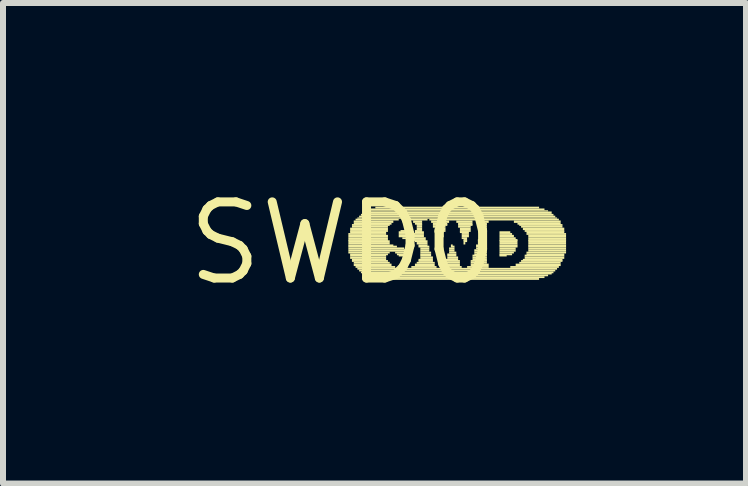
<source format=kicad_pcb>
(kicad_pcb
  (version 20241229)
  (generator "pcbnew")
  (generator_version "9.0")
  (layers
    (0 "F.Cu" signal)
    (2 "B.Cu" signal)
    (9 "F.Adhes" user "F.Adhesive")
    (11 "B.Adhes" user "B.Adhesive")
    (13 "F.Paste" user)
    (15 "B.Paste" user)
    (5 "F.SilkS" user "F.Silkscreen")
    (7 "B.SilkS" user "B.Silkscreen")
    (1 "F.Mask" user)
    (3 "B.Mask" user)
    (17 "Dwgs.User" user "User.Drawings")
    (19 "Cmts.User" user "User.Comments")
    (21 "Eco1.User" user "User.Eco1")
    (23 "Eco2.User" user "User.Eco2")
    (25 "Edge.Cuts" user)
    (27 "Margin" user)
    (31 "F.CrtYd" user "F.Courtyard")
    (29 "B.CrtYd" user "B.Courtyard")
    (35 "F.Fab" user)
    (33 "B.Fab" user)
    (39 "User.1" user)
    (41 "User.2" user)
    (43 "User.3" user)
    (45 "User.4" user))
  (footprint "SWD0"
    (layer "F.Cu")
    (at 2.668 1.006)
    (property "Reference" "SWD0" (at 0 0 0) (layer "F.SilkS") (effects (font (size 1.27 1.27) (thickness 0.15))))
    (fp_poly (pts (xy 0.09 -0.14) (xy 0.72 -0.14) (xy 0.72 -0.17) (xy 0.09 -0.17)) (stroke (width 0) (type solid)) (fill yes) (layer "F.SilkS"))
    (fp_poly (pts (xy 0.09 -0.1) (xy 0.75 -0.1) (xy 0.75 -0.14) (xy 0.09 -0.14)) (stroke (width 0) (type solid)) (fill yes) (layer "F.SilkS"))
    (fp_poly (pts (xy 0.09 -0.07) (xy 0.75 -0.07) (xy 0.75 -0.1) (xy 0.09 -0.1)) (stroke (width 0) (type solid)) (fill yes) (layer "F.SilkS"))
    (fp_poly (pts (xy 0.09 -0.04) (xy 0.75 -0.04) (xy 0.75 -0.07) (xy 0.09 -0.07)) (stroke (width 0) (type solid)) (fill yes) (layer "F.SilkS"))
    (fp_poly (pts (xy 0.09 -0.02) (xy 0.78 -0.02) (xy 0.78 -0.05) (xy 0.09 -0.05)) (stroke (width 0) (type solid)) (fill yes) (layer "F.SilkS"))
    (fp_poly (pts (xy 0.09 0.02) (xy 0.78 0.02) (xy 0.78 -0.02) (xy 0.09 -0.02)) (stroke (width 0) (type solid)) (fill yes) (layer "F.SilkS"))
    (fp_poly (pts (xy 0.09 0.05) (xy 0.84 0.05) (xy 0.84 0.02) (xy 0.09 0.02)) (stroke (width 0) (type solid)) (fill yes) (layer "F.SilkS"))
    (fp_poly (pts (xy 0.09 0.07) (xy 0.9 0.07) (xy 0.9 0.04) (xy 0.09 0.04)) (stroke (width 0) (type solid)) (fill yes) (layer "F.SilkS"))
    (fp_poly (pts (xy 0.09 0.1) (xy 1.02 0.1) (xy 1.02 0.07) (xy 0.09 0.07)) (stroke (width 0) (type solid)) (fill yes) (layer "F.SilkS"))
    (fp_poly (pts (xy 0.09 0.14) (xy 1.08 0.14) (xy 1.08 0.1) (xy 0.09 0.1)) (stroke (width 0) (type solid)) (fill yes) (layer "F.SilkS"))
    (fp_poly (pts (xy 0.09 0.17) (xy 0.78 0.17) (xy 0.78 0.14) (xy 0.09 0.14)) (stroke (width 0) (type solid)) (fill yes) (layer "F.SilkS"))
    (fp_poly (pts (xy 0.12 -0.22) (xy 0.75 -0.22) (xy 0.75 -0.26) (xy 0.12 -0.26)) (stroke (width 0) (type solid)) (fill yes) (layer "F.SilkS"))
    (fp_poly (pts (xy 0.12 -0.19) (xy 0.75 -0.19) (xy 0.75 -0.22) (xy 0.12 -0.22)) (stroke (width 0) (type solid)) (fill yes) (layer "F.SilkS"))
    (fp_poly (pts (xy 0.12 -0.17) (xy 0.72 -0.17) (xy 0.72 -0.2) (xy 0.12 -0.2)) (stroke (width 0) (type solid)) (fill yes) (layer "F.SilkS"))
    (fp_poly (pts (xy 0.12 0.2) (xy 0.75 0.2) (xy 0.75 0.17) (xy 0.12 0.17)) (stroke (width 0) (type solid)) (fill yes) (layer "F.SilkS"))
    (fp_poly (pts (xy 0.12 0.22) (xy 0.72 0.22) (xy 0.72 0.19) (xy 0.12 0.19)) (stroke (width 0) (type solid)) (fill yes) (layer "F.SilkS"))
    (fp_poly (pts (xy 0.12 0.26) (xy 0.72 0.26) (xy 0.72 0.22) (xy 0.12 0.22)) (stroke (width 0) (type solid)) (fill yes) (layer "F.SilkS"))
    (fp_poly (pts (xy 0.15 -0.29) (xy 0.78 -0.29) (xy 0.78 -0.32) (xy 0.15 -0.32)) (stroke (width 0) (type solid)) (fill yes) (layer "F.SilkS"))
    (fp_poly (pts (xy 0.15 -0.26) (xy 0.75 -0.26) (xy 0.75 -0.29) (xy 0.15 -0.29)) (stroke (width 0) (type solid)) (fill yes) (layer "F.SilkS"))
    (fp_poly (pts (xy 0.15 0.29) (xy 0.72 0.29) (xy 0.72 0.26) (xy 0.15 0.26)) (stroke (width 0) (type solid)) (fill yes) (layer "F.SilkS"))
    (fp_poly (pts (xy 0.15 0.31) (xy 0.75 0.31) (xy 0.75 0.28) (xy 0.15 0.28)) (stroke (width 0) (type solid)) (fill yes) (layer "F.SilkS"))
    (fp_poly (pts (xy 0.18 -0.34) (xy 0.84 -0.34) (xy 0.84 -0.38) (xy 0.18 -0.38)) (stroke (width 0) (type solid)) (fill yes) (layer "F.SilkS"))
    (fp_poly (pts (xy 0.18 -0.31) (xy 0.81 -0.31) (xy 0.81 -0.34) (xy 0.18 -0.34)) (stroke (width 0) (type solid)) (fill yes) (layer "F.SilkS"))
    (fp_poly (pts (xy 0.18 0.34) (xy 0.78 0.34) (xy 0.78 0.31) (xy 0.18 0.31)) (stroke (width 0) (type solid)) (fill yes) (layer "F.SilkS"))
    (fp_poly (pts (xy 0.18 0.38) (xy 0.81 0.38) (xy 0.81 0.34) (xy 0.18 0.34)) (stroke (width 0) (type solid)) (fill yes) (layer "F.SilkS"))
    (fp_poly (pts (xy 0.21 -0.38) (xy 0.93 -0.38) (xy 0.93 -0.41) (xy 0.21 -0.41)) (stroke (width 0) (type solid)) (fill yes) (layer "F.SilkS"))
    (fp_poly (pts (xy 0.21 0.41) (xy 0.87 0.41) (xy 0.87 0.38) (xy 0.21 0.38)) (stroke (width 0) (type solid)) (fill yes) (layer "F.SilkS"))
    (fp_poly (pts (xy 0.24 -0.41) (xy 3.57 -0.41) (xy 3.57 -0.43) (xy 0.24 -0.43)) (stroke (width 0) (type solid)) (fill yes) (layer "F.SilkS"))
    (fp_poly (pts (xy 0.24 0.44) (xy 3.57 0.44) (xy 3.57 0.41) (xy 0.24 0.41)) (stroke (width 0) (type solid)) (fill yes) (layer "F.SilkS"))
    (fp_poly (pts (xy 0.27 -0.43) (xy 3.54 -0.43) (xy 3.54 -0.46) (xy 0.27 -0.46)) (stroke (width 0) (type solid)) (fill yes) (layer "F.SilkS"))
    (fp_poly (pts (xy 0.27 0.47) (xy 3.54 0.47) (xy 3.54 0.44) (xy 0.27 0.44)) (stroke (width 0) (type solid)) (fill yes) (layer "F.SilkS"))
    (fp_poly (pts (xy 0.3 -0.46) (xy 3.51 -0.46) (xy 3.51 -0.49) (xy 0.3 -0.49)) (stroke (width 0) (type solid)) (fill yes) (layer "F.SilkS"))
    (fp_poly (pts (xy 0.3 0.5) (xy 3.51 0.5) (xy 3.51 0.47) (xy 0.3 0.47)) (stroke (width 0) (type solid)) (fill yes) (layer "F.SilkS"))
    (fp_poly (pts (xy 0.33 -0.49) (xy 3.48 -0.49) (xy 3.48 -0.53) (xy 0.33 -0.53)) (stroke (width 0) (type solid)) (fill yes) (layer "F.SilkS"))
    (fp_poly (pts (xy 0.33 0.52) (xy 3.48 0.52) (xy 3.48 0.49) (xy 0.33 0.49)) (stroke (width 0) (type solid)) (fill yes) (layer "F.SilkS"))
    (fp_poly (pts (xy 0.39 -0.53) (xy 3.42 -0.53) (xy 3.42 -0.55) (xy 0.39 -0.55)) (stroke (width 0) (type solid)) (fill yes) (layer "F.SilkS"))
    (fp_poly (pts (xy 0.39 0.55) (xy 3.42 0.55) (xy 3.42 0.52) (xy 0.39 0.52)) (stroke (width 0) (type solid)) (fill yes) (layer "F.SilkS"))
    (fp_poly (pts (xy 0.45 -0.55) (xy 3.36 -0.55) (xy 3.36 -0.58) (xy 0.45 -0.58)) (stroke (width 0) (type solid)) (fill yes) (layer "F.SilkS"))
    (fp_poly (pts (xy 0.45 0.58) (xy 3.36 0.58) (xy 3.36 0.55) (xy 0.45 0.55)) (stroke (width 0) (type solid)) (fill yes) (layer "F.SilkS"))
    (fp_poly (pts (xy 0.54 -0.58) (xy 3.27 -0.58) (xy 3.27 -0.61) (xy 0.54 -0.61)) (stroke (width 0) (type solid)) (fill yes) (layer "F.SilkS"))
    (fp_poly (pts (xy 0.54 0.61) (xy 3.27 0.61) (xy 3.27 0.58) (xy 0.54 0.58)) (stroke (width 0) (type solid)) (fill yes) (layer "F.SilkS"))
    (fp_poly (pts (xy 0.87 0.17) (xy 1.11 0.17) (xy 1.11 0.14) (xy 0.87 0.14)) (stroke (width 0) (type solid)) (fill yes) (layer "F.SilkS"))
    (fp_poly (pts (xy 0.9 0.2) (xy 1.11 0.2) (xy 1.11 0.17) (xy 0.9 0.17)) (stroke (width 0) (type solid)) (fill yes) (layer "F.SilkS"))
    (fp_poly (pts (xy 0.93 -0.17) (xy 1.11 -0.17) (xy 1.11 -0.2) (xy 0.93 -0.2)) (stroke (width 0) (type solid)) (fill yes) (layer "F.SilkS"))
    (fp_poly (pts (xy 0.93 -0.14) (xy 1.35 -0.14) (xy 1.35 -0.17) (xy 0.93 -0.17)) (stroke (width 0) (type solid)) (fill yes) (layer "F.SilkS"))
    (fp_poly (pts (xy 0.93 -0.1) (xy 1.35 -0.1) (xy 1.35 -0.14) (xy 0.93 -0.14)) (stroke (width 0) (type solid)) (fill yes) (layer "F.SilkS"))
    (fp_poly (pts (xy 0.93 0.22) (xy 1.08 0.22) (xy 1.08 0.19) (xy 0.93 0.19)) (stroke (width 0) (type solid)) (fill yes) (layer "F.SilkS"))
    (fp_poly (pts (xy 0.96 -0.19) (xy 1.05 -0.19) (xy 1.05 -0.22) (xy 0.96 -0.22)) (stroke (width 0) (type solid)) (fill yes) (layer "F.SilkS"))
    (fp_poly (pts (xy 0.99 -0.07) (xy 1.38 -0.07) (xy 1.38 -0.1) (xy 0.99 -0.1)) (stroke (width 0) (type solid)) (fill yes) (layer "F.SilkS"))
    (fp_poly (pts (xy 1.08 -0.38) (xy 1.41 -0.38) (xy 1.41 -0.41) (xy 1.08 -0.41)) (stroke (width 0) (type solid)) (fill yes) (layer "F.SilkS"))
    (fp_poly (pts (xy 1.11 -0.04) (xy 1.38 -0.04) (xy 1.38 -0.07) (xy 1.11 -0.07)) (stroke (width 0) (type solid)) (fill yes) (layer "F.SilkS"))
    (fp_poly (pts (xy 1.14 0.41) (xy 1.56 0.41) (xy 1.56 0.38) (xy 1.14 0.38)) (stroke (width 0) (type solid)) (fill yes) (layer "F.SilkS"))
    (fp_poly (pts (xy 1.17 -0.34) (xy 1.32 -0.34) (xy 1.32 -0.38) (xy 1.17 -0.38)) (stroke (width 0) (type solid)) (fill yes) (layer "F.SilkS"))
    (fp_poly (pts (xy 1.2 -0.31) (xy 1.32 -0.31) (xy 1.32 -0.34) (xy 1.2 -0.34)) (stroke (width 0) (type solid)) (fill yes) (layer "F.SilkS"))
    (fp_poly (pts (xy 1.2 -0.19) (xy 1.32 -0.19) (xy 1.32 -0.22) (xy 1.2 -0.22)) (stroke (width 0) (type solid)) (fill yes) (layer "F.SilkS"))
    (fp_poly (pts (xy 1.2 -0.17) (xy 1.35 -0.17) (xy 1.35 -0.2) (xy 1.2 -0.2)) (stroke (width 0) (type solid)) (fill yes) (layer "F.SilkS"))
    (fp_poly (pts (xy 1.2 -0.02) (xy 1.41 -0.02) (xy 1.41 -0.05) (xy 1.2 -0.05)) (stroke (width 0) (type solid)) (fill yes) (layer "F.SilkS"))
    (fp_poly (pts (xy 1.2 0.38) (xy 1.53 0.38) (xy 1.53 0.34) (xy 1.2 0.34)) (stroke (width 0) (type solid)) (fill yes) (layer "F.SilkS"))
    (fp_poly (pts (xy 1.23 -0.29) (xy 1.32 -0.29) (xy 1.32 -0.32) (xy 1.23 -0.32)) (stroke (width 0) (type solid)) (fill yes) (layer "F.SilkS"))
    (fp_poly (pts (xy 1.23 -0.26) (xy 1.32 -0.26) (xy 1.32 -0.29) (xy 1.23 -0.29)) (stroke (width 0) (type solid)) (fill yes) (layer "F.SilkS"))
    (fp_poly (pts (xy 1.23 -0.22) (xy 1.32 -0.22) (xy 1.32 -0.26) (xy 1.23 -0.26)) (stroke (width 0) (type solid)) (fill yes) (layer "F.SilkS"))
    (fp_poly (pts (xy 1.23 0.02) (xy 1.41 0.02) (xy 1.41 -0.02) (xy 1.23 -0.02)) (stroke (width 0) (type solid)) (fill yes) (layer "F.SilkS"))
    (fp_poly (pts (xy 1.23 0.34) (xy 1.53 0.34) (xy 1.53 0.31) (xy 1.23 0.31)) (stroke (width 0) (type solid)) (fill yes) (layer "F.SilkS"))
    (fp_poly (pts (xy 1.26 0.05) (xy 1.41 0.05) (xy 1.41 0.02) (xy 1.26 0.02)) (stroke (width 0) (type solid)) (fill yes) (layer "F.SilkS"))
    (fp_poly (pts (xy 1.26 0.07) (xy 1.44 0.07) (xy 1.44 0.04) (xy 1.26 0.04)) (stroke (width 0) (type solid)) (fill yes) (layer "F.SilkS"))
    (fp_poly (pts (xy 1.26 0.29) (xy 1.5 0.29) (xy 1.5 0.26) (xy 1.26 0.26)) (stroke (width 0) (type solid)) (fill yes) (layer "F.SilkS"))
    (fp_poly (pts (xy 1.26 0.31) (xy 1.5 0.31) (xy 1.5 0.28) (xy 1.26 0.28)) (stroke (width 0) (type solid)) (fill yes) (layer "F.SilkS"))
    (fp_poly (pts (xy 1.29 0.1) (xy 1.44 0.1) (xy 1.44 0.07) (xy 1.29 0.07)) (stroke (width 0) (type solid)) (fill yes) (layer "F.SilkS"))
    (fp_poly (pts (xy 1.29 0.14) (xy 1.44 0.14) (xy 1.44 0.1) (xy 1.29 0.1)) (stroke (width 0) (type solid)) (fill yes) (layer "F.SilkS"))
    (fp_poly (pts (xy 1.29 0.17) (xy 1.47 0.17) (xy 1.47 0.14) (xy 1.29 0.14)) (stroke (width 0) (type solid)) (fill yes) (layer "F.SilkS"))
    (fp_poly (pts (xy 1.29 0.2) (xy 1.47 0.2) (xy 1.47 0.17) (xy 1.29 0.17)) (stroke (width 0) (type solid)) (fill yes) (layer "F.SilkS"))
    (fp_poly (pts (xy 1.29 0.22) (xy 1.47 0.22) (xy 1.47 0.19) (xy 1.29 0.19)) (stroke (width 0) (type solid)) (fill yes) (layer "F.SilkS"))
    (fp_poly (pts (xy 1.29 0.26) (xy 1.5 0.26) (xy 1.5 0.22) (xy 1.29 0.22)) (stroke (width 0) (type solid)) (fill yes) (layer "F.SilkS"))
    (fp_poly (pts (xy 1.44 -0.38) (xy 2.22 -0.38) (xy 2.22 -0.41) (xy 1.44 -0.41)) (stroke (width 0) (type solid)) (fill yes) (layer "F.SilkS"))
    (fp_poly (pts (xy 1.47 -0.34) (xy 1.77 -0.34) (xy 1.77 -0.38) (xy 1.47 -0.38)) (stroke (width 0) (type solid)) (fill yes) (layer "F.SilkS"))
    (fp_poly (pts (xy 1.5 -0.31) (xy 1.74 -0.31) (xy 1.74 -0.34) (xy 1.5 -0.34)) (stroke (width 0) (type solid)) (fill yes) (layer "F.SilkS"))
    (fp_poly (pts (xy 1.5 -0.29) (xy 1.74 -0.29) (xy 1.74 -0.32) (xy 1.5 -0.32)) (stroke (width 0) (type solid)) (fill yes) (layer "F.SilkS"))
    (fp_poly (pts (xy 1.5 -0.26) (xy 1.71 -0.26) (xy 1.71 -0.29) (xy 1.5 -0.29)) (stroke (width 0) (type solid)) (fill yes) (layer "F.SilkS"))
    (fp_poly (pts (xy 1.53 -0.22) (xy 1.71 -0.22) (xy 1.71 -0.26) (xy 1.53 -0.26)) (stroke (width 0) (type solid)) (fill yes) (layer "F.SilkS"))
    (fp_poly (pts (xy 1.53 -0.19) (xy 1.71 -0.19) (xy 1.71 -0.22) (xy 1.53 -0.22)) (stroke (width 0) (type solid)) (fill yes) (layer "F.SilkS"))
    (fp_poly (pts (xy 1.53 -0.17) (xy 1.68 -0.17) (xy 1.68 -0.2) (xy 1.53 -0.2)) (stroke (width 0) (type solid)) (fill yes) (layer "F.SilkS"))
    (fp_poly (pts (xy 1.56 -0.14) (xy 1.68 -0.14) (xy 1.68 -0.17) (xy 1.56 -0.17)) (stroke (width 0) (type solid)) (fill yes) (layer "F.SilkS"))
    (fp_poly (pts (xy 1.56 -0.1) (xy 1.68 -0.1) (xy 1.68 -0.14) (xy 1.56 -0.14)) (stroke (width 0) (type solid)) (fill yes) (layer "F.SilkS"))
    (fp_poly (pts (xy 1.56 -0.07) (xy 1.65 -0.07) (xy 1.65 -0.1) (xy 1.56 -0.1)) (stroke (width 0) (type solid)) (fill yes) (layer "F.SilkS"))
    (fp_poly (pts (xy 1.59 -0.04) (xy 1.65 -0.04) (xy 1.65 -0.07) (xy 1.59 -0.07)) (stroke (width 0) (type solid)) (fill yes) (layer "F.SilkS"))
    (fp_poly (pts (xy 1.59 -0.02) (xy 1.65 -0.02) (xy 1.65 -0.05) (xy 1.59 -0.05)) (stroke (width 0) (type solid)) (fill yes) (layer "F.SilkS"))
    (fp_poly (pts (xy 1.59 0.02) (xy 1.62 0.02) (xy 1.62 -0.02) (xy 1.59 -0.02)) (stroke (width 0) (type solid)) (fill yes) (layer "F.SilkS"))
    (fp_poly (pts (xy 1.65 0.41) (xy 1.98 0.41) (xy 1.98 0.38) (xy 1.65 0.38)) (stroke (width 0) (type solid)) (fill yes) (layer "F.SilkS"))
    (fp_poly (pts (xy 1.68 0.38) (xy 1.95 0.38) (xy 1.95 0.34) (xy 1.68 0.34)) (stroke (width 0) (type solid)) (fill yes) (layer "F.SilkS"))
    (fp_poly (pts (xy 1.71 0.29) (xy 1.92 0.29) (xy 1.92 0.26) (xy 1.71 0.26)) (stroke (width 0) (type solid)) (fill yes) (layer "F.SilkS"))
    (fp_poly (pts (xy 1.71 0.31) (xy 1.95 0.31) (xy 1.95 0.28) (xy 1.71 0.28)) (stroke (width 0) (type solid)) (fill yes) (layer "F.SilkS"))
    (fp_poly (pts (xy 1.71 0.34) (xy 1.95 0.34) (xy 1.95 0.31) (xy 1.71 0.31)) (stroke (width 0) (type solid)) (fill yes) (layer "F.SilkS"))
    (fp_poly (pts (xy 1.74 0.2) (xy 1.89 0.2) (xy 1.89 0.17) (xy 1.74 0.17)) (stroke (width 0) (type solid)) (fill yes) (layer "F.SilkS"))
    (fp_poly (pts (xy 1.74 0.22) (xy 1.89 0.22) (xy 1.89 0.19) (xy 1.74 0.19)) (stroke (width 0) (type solid)) (fill yes) (layer "F.SilkS"))
    (fp_poly (pts (xy 1.74 0.26) (xy 1.92 0.26) (xy 1.92 0.22) (xy 1.74 0.22)) (stroke (width 0) (type solid)) (fill yes) (layer "F.SilkS"))
    (fp_poly (pts (xy 1.77 0.1) (xy 1.86 0.1) (xy 1.86 0.07) (xy 1.77 0.07)) (stroke (width 0) (type solid)) (fill yes) (layer "F.SilkS"))
    (fp_poly (pts (xy 1.77 0.14) (xy 1.86 0.14) (xy 1.86 0.1) (xy 1.77 0.1)) (stroke (width 0) (type solid)) (fill yes) (layer "F.SilkS"))
    (fp_poly (pts (xy 1.77 0.17) (xy 1.89 0.17) (xy 1.89 0.14) (xy 1.77 0.14)) (stroke (width 0) (type solid)) (fill yes) (layer "F.SilkS"))
    (fp_poly (pts (xy 1.8 0.05) (xy 1.83 0.05) (xy 1.83 0.02) (xy 1.8 0.02)) (stroke (width 0) (type solid)) (fill yes) (layer "F.SilkS"))
    (fp_poly (pts (xy 1.8 0.07) (xy 1.86 0.07) (xy 1.86 0.04) (xy 1.8 0.04)) (stroke (width 0) (type solid)) (fill yes) (layer "F.SilkS"))
    (fp_poly (pts (xy 1.89 -0.34) (xy 2.16 -0.34) (xy 2.16 -0.38) (xy 1.89 -0.38)) (stroke (width 0) (type solid)) (fill yes) (layer "F.SilkS"))
    (fp_poly (pts (xy 1.92 -0.31) (xy 2.16 -0.31) (xy 2.16 -0.34) (xy 1.92 -0.34)) (stroke (width 0) (type solid)) (fill yes) (layer "F.SilkS"))
    (fp_poly (pts (xy 1.92 -0.29) (xy 2.16 -0.29) (xy 2.16 -0.32) (xy 1.92 -0.32)) (stroke (width 0) (type solid)) (fill yes) (layer "F.SilkS"))
    (fp_poly (pts (xy 1.92 -0.26) (xy 2.13 -0.26) (xy 2.13 -0.29) (xy 1.92 -0.29)) (stroke (width 0) (type solid)) (fill yes) (layer "F.SilkS"))
    (fp_poly (pts (xy 1.95 -0.22) (xy 2.13 -0.22) (xy 2.13 -0.26) (xy 1.95 -0.26)) (stroke (width 0) (type solid)) (fill yes) (layer "F.SilkS"))
    (fp_poly (pts (xy 1.95 -0.19) (xy 2.13 -0.19) (xy 2.13 -0.22) (xy 1.95 -0.22)) (stroke (width 0) (type solid)) (fill yes) (layer "F.SilkS"))
    (fp_poly (pts (xy 1.95 -0.17) (xy 2.1 -0.17) (xy 2.1 -0.2) (xy 1.95 -0.2)) (stroke (width 0) (type solid)) (fill yes) (layer "F.SilkS"))
    (fp_poly (pts (xy 1.98 -0.14) (xy 2.1 -0.14) (xy 2.1 -0.17) (xy 1.98 -0.17)) (stroke (width 0) (type solid)) (fill yes) (layer "F.SilkS"))
    (fp_poly (pts (xy 1.98 -0.1) (xy 2.1 -0.1) (xy 2.1 -0.14) (xy 1.98 -0.14)) (stroke (width 0) (type solid)) (fill yes) (layer "F.SilkS"))
    (fp_poly (pts (xy 1.98 -0.07) (xy 2.07 -0.07) (xy 2.07 -0.1) (xy 1.98 -0.1)) (stroke (width 0) (type solid)) (fill yes) (layer "F.SilkS"))
    (fp_poly (pts (xy 2.01 -0.04) (xy 2.07 -0.04) (xy 2.07 -0.07) (xy 2.01 -0.07)) (stroke (width 0) (type solid)) (fill yes) (layer "F.SilkS"))
    (fp_poly (pts (xy 2.01 -0.02) (xy 2.07 -0.02) (xy 2.07 -0.05) (xy 2.01 -0.05)) (stroke (width 0) (type solid)) (fill yes) (layer "F.SilkS"))
    (fp_poly (pts (xy 2.01 0.02) (xy 2.04 0.02) (xy 2.04 -0.02) (xy 2.01 -0.02)) (stroke (width 0) (type solid)) (fill yes) (layer "F.SilkS"))
    (fp_poly (pts (xy 2.07 0.41) (xy 2.43 0.41) (xy 2.43 0.38) (xy 2.07 0.38)) (stroke (width 0) (type solid)) (fill yes) (layer "F.SilkS"))
    (fp_poly (pts (xy 2.13 0.31) (xy 2.4 0.31) (xy 2.4 0.28) (xy 2.13 0.28)) (stroke (width 0) (type solid)) (fill yes) (layer "F.SilkS"))
    (fp_poly (pts (xy 2.13 0.34) (xy 2.4 0.34) (xy 2.4 0.31) (xy 2.13 0.31)) (stroke (width 0) (type solid)) (fill yes) (layer "F.SilkS"))
    (fp_poly (pts (xy 2.13 0.38) (xy 2.43 0.38) (xy 2.43 0.34) (xy 2.13 0.34)) (stroke (width 0) (type solid)) (fill yes) (layer "F.SilkS"))
    (fp_poly (pts (xy 2.16 0.22) (xy 2.4 0.22) (xy 2.4 0.19) (xy 2.16 0.19)) (stroke (width 0) (type solid)) (fill yes) (layer "F.SilkS"))
    (fp_poly (pts (xy 2.16 0.26) (xy 2.4 0.26) (xy 2.4 0.22) (xy 2.16 0.22)) (stroke (width 0) (type solid)) (fill yes) (layer "F.SilkS"))
    (fp_poly (pts (xy 2.16 0.29) (xy 2.4 0.29) (xy 2.4 0.26) (xy 2.16 0.26)) (stroke (width 0) (type solid)) (fill yes) (layer "F.SilkS"))
    (fp_poly (pts (xy 2.19 0.14) (xy 2.4 0.14) (xy 2.4 0.1) (xy 2.19 0.1)) (stroke (width 0) (type solid)) (fill yes) (layer "F.SilkS"))
    (fp_poly (pts (xy 2.19 0.17) (xy 2.4 0.17) (xy 2.4 0.14) (xy 2.19 0.14)) (stroke (width 0) (type solid)) (fill yes) (layer "F.SilkS"))
    (fp_poly (pts (xy 2.19 0.2) (xy 2.4 0.2) (xy 2.4 0.17) (xy 2.19 0.17)) (stroke (width 0) (type solid)) (fill yes) (layer "F.SilkS"))
    (fp_poly (pts (xy 2.22 0.05) (xy 2.4 0.05) (xy 2.4 0.02) (xy 2.22 0.02)) (stroke (width 0) (type solid)) (fill yes) (layer "F.SilkS"))
    (fp_poly (pts (xy 2.22 0.07) (xy 2.4 0.07) (xy 2.4 0.04) (xy 2.22 0.04)) (stroke (width 0) (type solid)) (fill yes) (layer "F.SilkS"))
    (fp_poly (pts (xy 2.22 0.1) (xy 2.4 0.1) (xy 2.4 0.07) (xy 2.22 0.07)) (stroke (width 0) (type solid)) (fill yes) (layer "F.SilkS"))
    (fp_poly (pts (xy 2.25 -0.38) (xy 3.6 -0.38) (xy 3.6 -0.41) (xy 2.25 -0.41)) (stroke (width 0) (type solid)) (fill yes) (layer "F.SilkS"))
    (fp_poly (pts (xy 2.25 -0.04) (xy 2.4 -0.04) (xy 2.4 -0.07) (xy 2.25 -0.07)) (stroke (width 0) (type solid)) (fill yes) (layer "F.SilkS"))
    (fp_poly (pts (xy 2.25 -0.02) (xy 2.4 -0.02) (xy 2.4 -0.05) (xy 2.25 -0.05)) (stroke (width 0) (type solid)) (fill yes) (layer "F.SilkS"))
    (fp_poly (pts (xy 2.25 0.02) (xy 2.4 0.02) (xy 2.4 -0.02) (xy 2.25 -0.02)) (stroke (width 0) (type solid)) (fill yes) (layer "F.SilkS"))
    (fp_poly (pts (xy 2.28 -0.14) (xy 2.4 -0.14) (xy 2.4 -0.17) (xy 2.28 -0.17)) (stroke (width 0) (type solid)) (fill yes) (layer "F.SilkS"))
    (fp_poly (pts (xy 2.28 -0.1) (xy 2.4 -0.1) (xy 2.4 -0.14) (xy 2.28 -0.14)) (stroke (width 0) (type solid)) (fill yes) (layer "F.SilkS"))
    (fp_poly (pts (xy 2.28 -0.07) (xy 2.4 -0.07) (xy 2.4 -0.1) (xy 2.28 -0.1)) (stroke (width 0) (type solid)) (fill yes) (layer "F.SilkS"))
    (fp_poly (pts (xy 2.31 -0.34) (xy 2.43 -0.34) (xy 2.43 -0.38) (xy 2.31 -0.38)) (stroke (width 0) (type solid)) (fill yes) (layer "F.SilkS"))
    (fp_poly (pts (xy 2.31 -0.19) (xy 2.4 -0.19) (xy 2.4 -0.22) (xy 2.31 -0.22)) (stroke (width 0) (type solid)) (fill yes) (layer "F.SilkS"))
    (fp_poly (pts (xy 2.31 -0.17) (xy 2.4 -0.17) (xy 2.4 -0.2) (xy 2.31 -0.2)) (stroke (width 0) (type solid)) (fill yes) (layer "F.SilkS"))
    (fp_poly (pts (xy 2.34 -0.31) (xy 2.4 -0.31) (xy 2.4 -0.34) (xy 2.34 -0.34)) (stroke (width 0) (type solid)) (fill yes) (layer "F.SilkS"))
    (fp_poly (pts (xy 2.34 -0.29) (xy 2.4 -0.29) (xy 2.4 -0.32) (xy 2.34 -0.32)) (stroke (width 0) (type solid)) (fill yes) (layer "F.SilkS"))
    (fp_poly (pts (xy 2.34 -0.26) (xy 2.4 -0.26) (xy 2.4 -0.29) (xy 2.34 -0.29)) (stroke (width 0) (type solid)) (fill yes) (layer "F.SilkS"))
    (fp_poly (pts (xy 2.34 -0.22) (xy 2.4 -0.22) (xy 2.4 -0.26) (xy 2.34 -0.26)) (stroke (width 0) (type solid)) (fill yes) (layer "F.SilkS"))
    (fp_poly (pts (xy 2.61 -0.17) (xy 2.79 -0.17) (xy 2.79 -0.2) (xy 2.61 -0.2)) (stroke (width 0) (type solid)) (fill yes) (layer "F.SilkS"))
    (fp_poly (pts (xy 2.61 -0.14) (xy 2.82 -0.14) (xy 2.82 -0.17) (xy 2.61 -0.17)) (stroke (width 0) (type solid)) (fill yes) (layer "F.SilkS"))
    (fp_poly (pts (xy 2.61 -0.1) (xy 2.85 -0.1) (xy 2.85 -0.14) (xy 2.61 -0.14)) (stroke (width 0) (type solid)) (fill yes) (layer "F.SilkS"))
    (fp_poly (pts (xy 2.61 -0.07) (xy 2.88 -0.07) (xy 2.88 -0.1) (xy 2.61 -0.1)) (stroke (width 0) (type solid)) (fill yes) (layer "F.SilkS"))
    (fp_poly (pts (xy 2.61 -0.04) (xy 2.91 -0.04) (xy 2.91 -0.07) (xy 2.61 -0.07)) (stroke (width 0) (type solid)) (fill yes) (layer "F.SilkS"))
    (fp_poly (pts (xy 2.61 -0.02) (xy 2.91 -0.02) (xy 2.91 -0.05) (xy 2.61 -0.05)) (stroke (width 0) (type solid)) (fill yes) (layer "F.SilkS"))
    (fp_poly (pts (xy 2.61 0.02) (xy 2.91 0.02) (xy 2.91 -0.02) (xy 2.61 -0.02)) (stroke (width 0) (type solid)) (fill yes) (layer "F.SilkS"))
    (fp_poly (pts (xy 2.61 0.05) (xy 2.91 0.05) (xy 2.91 0.02) (xy 2.61 0.02)) (stroke (width 0) (type solid)) (fill yes) (layer "F.SilkS"))
    (fp_poly (pts (xy 2.61 0.07) (xy 2.91 0.07) (xy 2.91 0.04) (xy 2.61 0.04)) (stroke (width 0) (type solid)) (fill yes) (layer "F.SilkS"))
    (fp_poly (pts (xy 2.61 0.1) (xy 2.88 0.1) (xy 2.88 0.07) (xy 2.61 0.07)) (stroke (width 0) (type solid)) (fill yes) (layer "F.SilkS"))
    (fp_poly (pts (xy 2.61 0.14) (xy 2.88 0.14) (xy 2.88 0.1) (xy 2.61 0.1)) (stroke (width 0) (type solid)) (fill yes) (layer "F.SilkS"))
    (fp_poly (pts (xy 2.61 0.17) (xy 2.85 0.17) (xy 2.85 0.14) (xy 2.61 0.14)) (stroke (width 0) (type solid)) (fill yes) (layer "F.SilkS"))
    (fp_poly (pts (xy 2.61 0.2) (xy 2.82 0.2) (xy 2.82 0.17) (xy 2.61 0.17)) (stroke (width 0) (type solid)) (fill yes) (layer "F.SilkS"))
    (fp_poly (pts (xy 2.61 0.22) (xy 2.73 0.22) (xy 2.73 0.19) (xy 2.61 0.19)) (stroke (width 0) (type solid)) (fill yes) (layer "F.SilkS"))
    (fp_poly (pts (xy 2.79 0.41) (xy 3.6 0.41) (xy 3.6 0.38) (xy 2.79 0.38)) (stroke (width 0) (type solid)) (fill yes) (layer "F.SilkS"))
    (fp_poly (pts (xy 2.85 -0.34) (xy 3.63 -0.34) (xy 3.63 -0.38) (xy 2.85 -0.38)) (stroke (width 0) (type solid)) (fill yes) (layer "F.SilkS"))
    (fp_poly (pts (xy 2.88 0.38) (xy 3.63 0.38) (xy 3.63 0.34) (xy 2.88 0.34)) (stroke (width 0) (type solid)) (fill yes) (layer "F.SilkS"))
    (fp_poly (pts (xy 2.91 -0.31) (xy 3.63 -0.31) (xy 3.63 -0.34) (xy 2.91 -0.34)) (stroke (width 0) (type solid)) (fill yes) (layer "F.SilkS"))
    (fp_poly (pts (xy 2.94 -0.29) (xy 3.66 -0.29) (xy 3.66 -0.32) (xy 2.94 -0.32)) (stroke (width 0) (type solid)) (fill yes) (layer "F.SilkS"))
    (fp_poly (pts (xy 2.94 0.34) (xy 3.63 0.34) (xy 3.63 0.31) (xy 2.94 0.31)) (stroke (width 0) (type solid)) (fill yes) (layer "F.SilkS"))
    (fp_poly (pts (xy 2.97 -0.26) (xy 3.66 -0.26) (xy 3.66 -0.29) (xy 2.97 -0.29)) (stroke (width 0) (type solid)) (fill yes) (layer "F.SilkS"))
    (fp_poly (pts (xy 2.97 0.31) (xy 3.66 0.31) (xy 3.66 0.28) (xy 2.97 0.28)) (stroke (width 0) (type solid)) (fill yes) (layer "F.SilkS"))
    (fp_poly (pts (xy 3 -0.22) (xy 3.69 -0.22) (xy 3.69 -0.26) (xy 3 -0.26)) (stroke (width 0) (type solid)) (fill yes) (layer "F.SilkS"))
    (fp_poly (pts (xy 3 0.29) (xy 3.66 0.29) (xy 3.66 0.26) (xy 3 0.26)) (stroke (width 0) (type solid)) (fill yes) (layer "F.SilkS"))
    (fp_poly (pts (xy 3.03 -0.19) (xy 3.69 -0.19) (xy 3.69 -0.22) (xy 3.03 -0.22)) (stroke (width 0) (type solid)) (fill yes) (layer "F.SilkS"))
    (fp_poly (pts (xy 3.03 0.22) (xy 3.69 0.22) (xy 3.69 0.19) (xy 3.03 0.19)) (stroke (width 0) (type solid)) (fill yes) (layer "F.SilkS"))
    (fp_poly (pts (xy 3.03 0.26) (xy 3.69 0.26) (xy 3.69 0.22) (xy 3.03 0.22)) (stroke (width 0) (type solid)) (fill yes) (layer "F.SilkS"))
    (fp_poly (pts (xy 3.06 -0.17) (xy 3.69 -0.17) (xy 3.69 -0.2) (xy 3.06 -0.2)) (stroke (width 0) (type solid)) (fill yes) (layer "F.SilkS"))
    (fp_poly (pts (xy 3.06 -0.14) (xy 3.72 -0.14) (xy 3.72 -0.17) (xy 3.06 -0.17)) (stroke (width 0) (type solid)) (fill yes) (layer "F.SilkS"))
    (fp_poly (pts (xy 3.06 0.17) (xy 3.72 0.17) (xy 3.72 0.14) (xy 3.06 0.14)) (stroke (width 0) (type solid)) (fill yes) (layer "F.SilkS"))
    (fp_poly (pts (xy 3.06 0.2) (xy 3.69 0.2) (xy 3.69 0.17) (xy 3.06 0.17)) (stroke (width 0) (type solid)) (fill yes) (layer "F.SilkS"))
    (fp_poly (pts (xy 3.09 -0.1) (xy 3.72 -0.1) (xy 3.72 -0.14) (xy 3.09 -0.14)) (stroke (width 0) (type solid)) (fill yes) (layer "F.SilkS"))
    (fp_poly (pts (xy 3.09 -0.07) (xy 3.72 -0.07) (xy 3.72 -0.1) (xy 3.09 -0.1)) (stroke (width 0) (type solid)) (fill yes) (layer "F.SilkS"))
    (fp_poly (pts (xy 3.09 -0.04) (xy 3.72 -0.04) (xy 3.72 -0.07) (xy 3.09 -0.07)) (stroke (width 0) (type solid)) (fill yes) (layer "F.SilkS"))
    (fp_poly (pts (xy 3.09 -0.02) (xy 3.72 -0.02) (xy 3.72 -0.05) (xy 3.09 -0.05)) (stroke (width 0) (type solid)) (fill yes) (layer "F.SilkS"))
    (fp_poly (pts (xy 3.09 0.02) (xy 3.72 0.02) (xy 3.72 -0.02) (xy 3.09 -0.02)) (stroke (width 0) (type solid)) (fill yes) (layer "F.SilkS"))
    (fp_poly (pts (xy 3.09 0.05) (xy 3.72 0.05) (xy 3.72 0.02) (xy 3.09 0.02)) (stroke (width 0) (type solid)) (fill yes) (layer "F.SilkS"))
    (fp_poly (pts (xy 3.09 0.07) (xy 3.72 0.07) (xy 3.72 0.04) (xy 3.09 0.04)) (stroke (width 0) (type solid)) (fill yes) (layer "F.SilkS"))
    (fp_poly (pts (xy 3.09 0.1) (xy 3.72 0.1) (xy 3.72 0.07) (xy 3.09 0.07)) (stroke (width 0) (type solid)) (fill yes) (layer "F.SilkS"))
    (fp_poly (pts (xy 3.09 0.14) (xy 3.72 0.14) (xy 3.72 0.1) (xy 3.09 0.1)) (stroke (width 0) (type solid)) (fill yes) (layer "F.SilkS")))
  (gr_rect
    (start -3 -3)
    (end 9.388 5.012)
    (stroke (width 0.1) (type default))
    (fill no)
    (layer "Edge.Cuts")))
</source>
